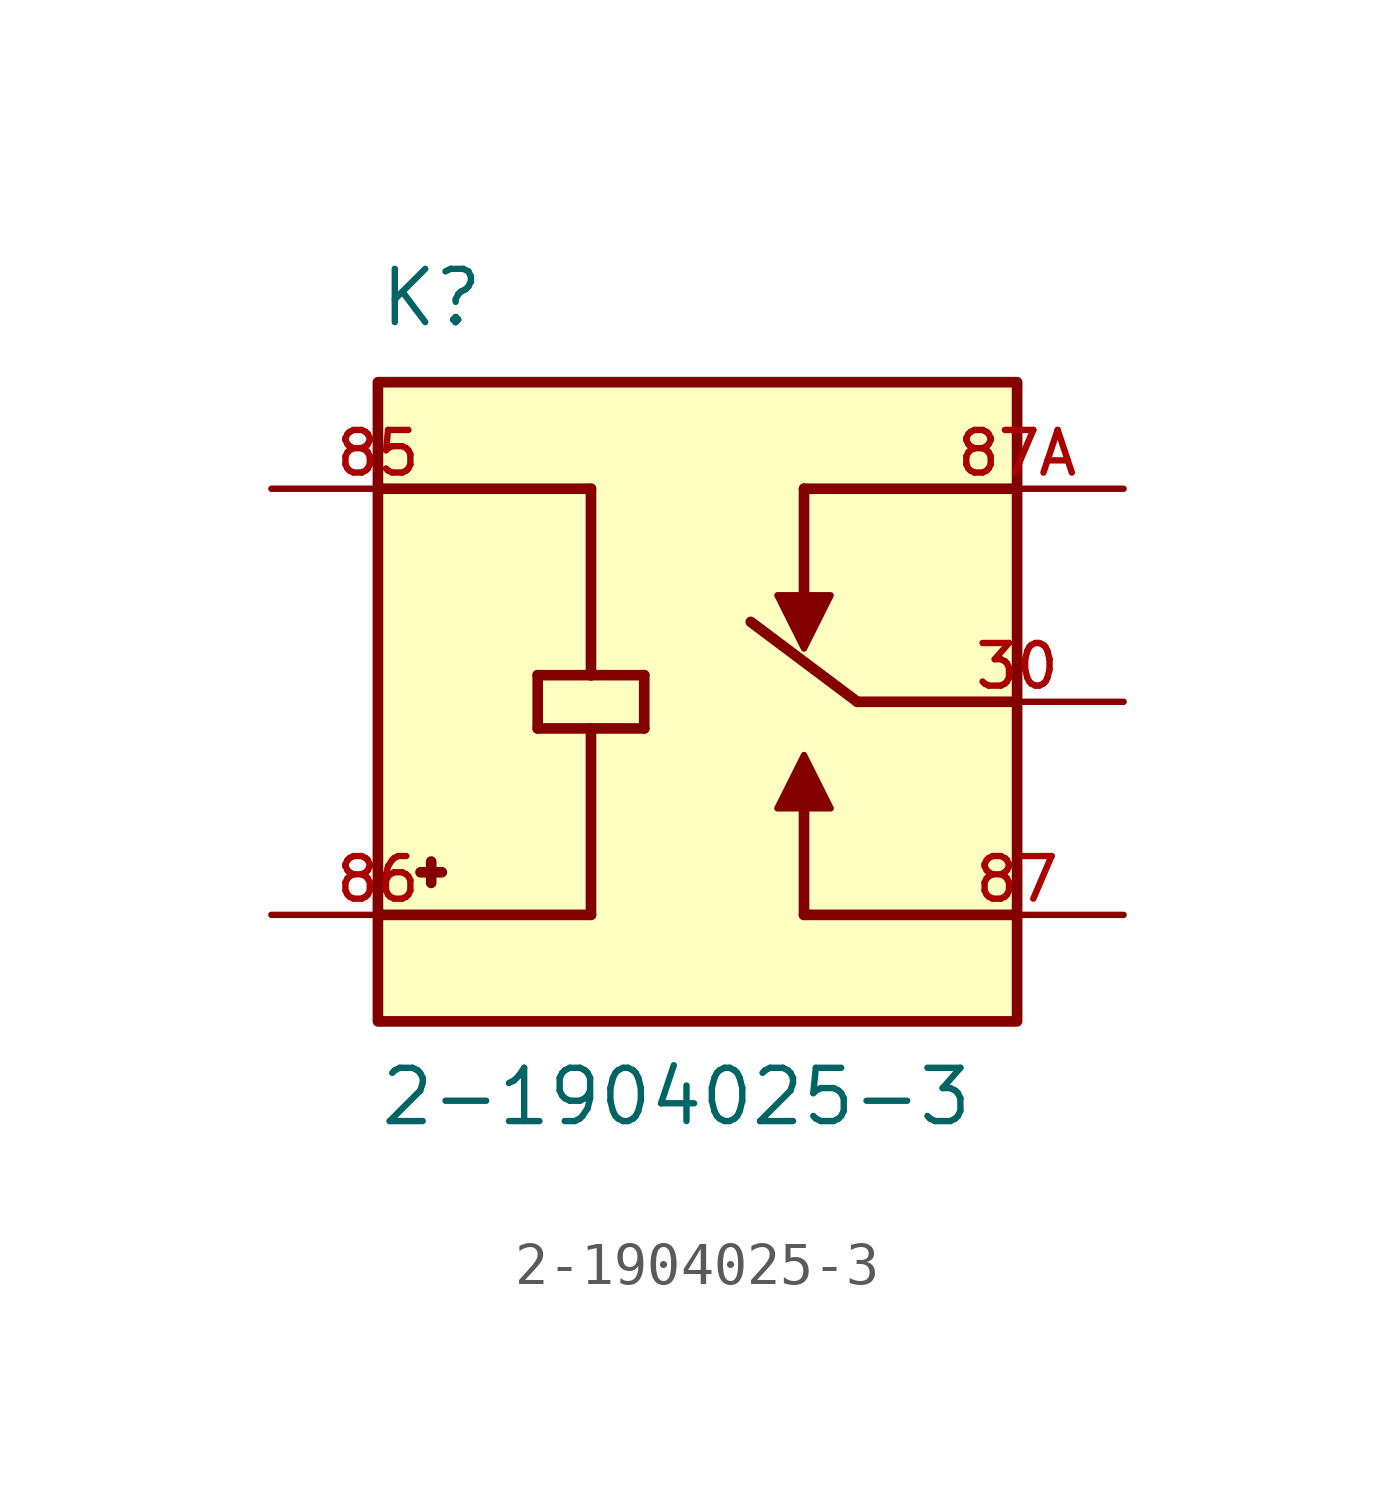
<source format=kicad_sym>
(kicad_symbol_lib
  (version 20211014)
  (generator kicad_symbol_editor)
  (symbol "2-1904025-3"
    (pin_names
      (offset 1.016))
    (property "Reference" "K"
      (at -7.62 8.89 0)
      (effects (font (size 1.27 1.27)) (justify bottom left)))
    (property "Value" "2-1904025-3"
      (at -7.62 -10.16 0)
      (effects (font (size 1.27 1.27)) (justify bottom left)))
    (symbol "2-1904025-3_0_0"
      (polyline (pts (xy 7.62 0.0) (xy 3.81 0.0)) (stroke (width 0.254)))
      (polyline (pts (xy 7.62 -5.08) (xy 2.54 -5.08)) (stroke (width 0.254)))
      (polyline (pts (xy 2.54 -5.08) (xy 2.54 -2.54)) (stroke (width 0.254)))
      (polyline (pts (xy 1.905 -2.54) (xy 3.175 -2.54) (xy 2.54 -1.27) (xy 1.905 -2.54)) (stroke (width 0.152)) (fill (type outline)))
      (polyline (pts (xy -7.62 5.08) (xy -2.54 5.08)) (stroke (width 0.254)))
      (polyline (pts (xy -3.81 0.635) (xy -2.54 0.635)) (stroke (width 0.254)))
      (polyline (pts (xy -2.54 0.635) (xy -1.27 0.635)) (stroke (width 0.254)))
      (polyline (pts (xy -1.27 0.635) (xy -1.27 -0.635)) (stroke (width 0.254)))
      (polyline (pts (xy -1.27 -0.635) (xy -2.54 -0.635)) (stroke (width 0.254)))
      (polyline (pts (xy -2.54 -0.635) (xy -3.81 -0.635)) (stroke (width 0.254)))
      (polyline (pts (xy -3.81 -0.635) (xy -3.81 0.635)) (stroke (width 0.254)))
      (polyline (pts (xy -7.62 -5.08) (xy -2.54 -5.08)) (stroke (width 0.254)))
      (polyline (pts (xy -2.54 5.08) (xy -2.54 0.635)) (stroke (width 0.254)))
      (polyline (pts (xy -2.54 -0.635) (xy -2.54 -5.08)) (stroke (width 0.254)))
      (polyline (pts (xy 2.54 5.08) (xy 2.54 2.54)) (stroke (width 0.254)))
      (polyline (pts (xy 3.175 2.54) (xy 1.905 2.54) (xy 2.54 1.27) (xy 3.175 2.54)) (stroke (width 0.152)) (fill (type outline)))
      (polyline (pts (xy 2.54 5.08) (xy 7.62 5.08)) (stroke (width 0.254)))
      (polyline (pts (xy 3.81 0.0) (xy 1.27 1.905)) (stroke (width 0.254)))
      (polyline (pts (xy -6.35 -3.81) (xy -6.35 -4.318)) (stroke (width 0.254)))
      (polyline (pts (xy -6.604 -4.064) (xy -6.096 -4.064)) (stroke (width 0.254)))
      (rectangle (start -7.62 -7.62) (end 7.62 7.62) (stroke (width 0.254)) (fill (type background)))
      (pin passive line (at 10.16 0.0 180.0) (length 5.08) (name "~" (effects (font (size 1.016 1.016)))) (number "30" (effects (font (size 1.016 1.016)))))
      (pin passive line (at 10.16 -5.08 180.0) (length 5.08) (name "~" (effects (font (size 1.016 1.016)))) (number "87" (effects (font (size 1.016 1.016)))))
      (pin passive line (at -10.16 5.08 0) (length 5.08) (name "~" (effects (font (size 1.016 1.016)))) (number "85" (effects (font (size 1.016 1.016)))))
      (pin passive line (at -10.16 -5.08 0) (length 5.08) (name "~" (effects (font (size 1.016 1.016)))) (number "86" (effects (font (size 1.016 1.016)))))
      (pin passive line (at 10.16 5.08 180.0) (length 5.08) (name "~" (effects (font (size 1.016 1.016)))) (number "87A" (effects (font (size 1.016 1.016))))))))
</source>
